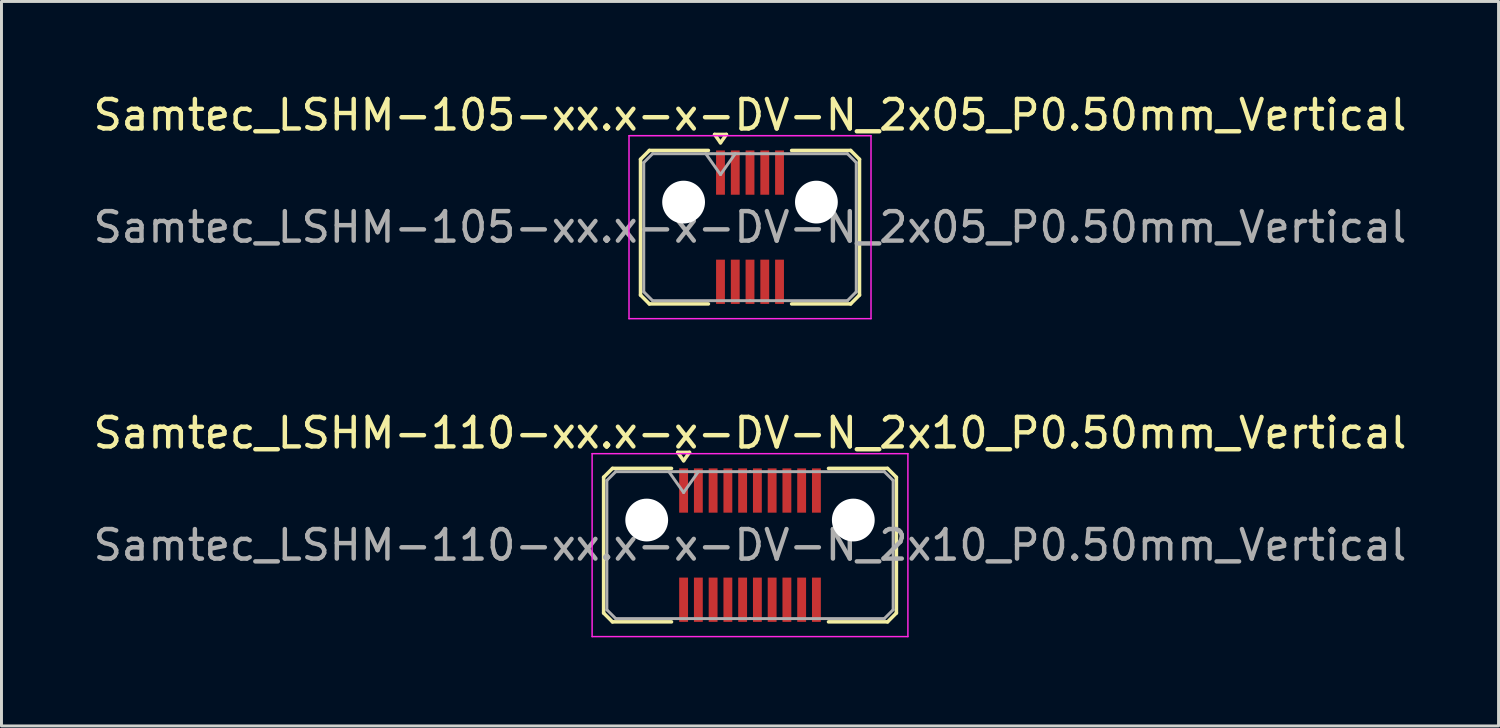
<source format=kicad_pcb>
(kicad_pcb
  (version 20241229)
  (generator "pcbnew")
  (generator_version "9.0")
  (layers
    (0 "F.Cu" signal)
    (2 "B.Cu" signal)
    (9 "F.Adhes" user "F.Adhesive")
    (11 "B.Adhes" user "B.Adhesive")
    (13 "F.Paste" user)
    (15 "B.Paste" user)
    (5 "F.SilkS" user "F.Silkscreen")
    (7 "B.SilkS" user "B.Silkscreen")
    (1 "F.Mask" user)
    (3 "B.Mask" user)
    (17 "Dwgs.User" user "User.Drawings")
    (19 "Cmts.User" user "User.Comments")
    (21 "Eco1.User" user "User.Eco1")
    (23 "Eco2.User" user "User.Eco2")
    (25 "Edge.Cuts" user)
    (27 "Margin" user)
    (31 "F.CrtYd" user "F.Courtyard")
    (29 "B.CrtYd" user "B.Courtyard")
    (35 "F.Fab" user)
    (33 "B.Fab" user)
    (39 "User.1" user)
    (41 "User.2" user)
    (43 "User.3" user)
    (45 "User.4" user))
  (footprint "Samtec_LSHM-105-xx.x-x-DV-N_2x05_P0.50mm_Vertical"
    (layer "F.Cu")
    (at 22.363 4.648)
    (property "Reference" "Samtec_LSHM-105-xx.x-x-DV-N_2x05_P0.50mm_Vertical" (at 0 -3.8 0) (layer "F.SilkS") (effects (font (size 1 1) (thickness 0.15))))
    (attr smd)
    (fp_line (start -3.71 -2.3) (end -3.71 2.3) (stroke (width 0.12) (type solid)) (layer "F.SilkS"))
    (fp_line (start -3.71 2.3) (end -3.41 2.6) (stroke (width 0.12) (type solid)) (layer "F.SilkS"))
    (fp_line (start -3.41 -2.6) (end -3.71 -2.3) (stroke (width 0.12) (type solid)) (layer "F.SilkS"))
    (fp_line (start -3.41 2.6) (end -1.41 2.6) (stroke (width 0.12) (type solid)) (layer "F.SilkS"))
    (fp_line (start -1.41 -2.6) (end -3.41 -2.6) (stroke (width 0.12) (type solid)) (layer "F.SilkS"))
    (fp_line (start -1.2 -3.143) (end -0.8 -3.143) (stroke (width 0.12) (type solid)) (layer "F.SilkS"))
    (fp_line (start -1 -2.86) (end -1.2 -3.143) (stroke (width 0.12) (type solid)) (layer "F.SilkS"))
    (fp_line (start -0.8 -3.143) (end -1 -2.86) (stroke (width 0.12) (type solid)) (layer "F.SilkS"))
    (fp_line (start 1.41 -2.6) (end 3.41 -2.6) (stroke (width 0.12) (type solid)) (layer "F.SilkS"))
    (fp_line (start 3.41 -2.6) (end 3.71 -2.3) (stroke (width 0.12) (type solid)) (layer "F.SilkS"))
    (fp_line (start 3.41 2.6) (end 1.41 2.6) (stroke (width 0.12) (type solid)) (layer "F.SilkS"))
    (fp_line (start 3.71 -2.3) (end 3.71 2.3) (stroke (width 0.12) (type solid)) (layer "F.SilkS"))
    (fp_line (start 3.71 2.3) (end 3.41 2.6) (stroke (width 0.12) (type solid)) (layer "F.SilkS"))
    (fp_line (start -4.1 -3.1) (end -4.1 3.1) (stroke (width 0.05) (type solid)) (layer "F.CrtYd"))
    (fp_line (start -4.1 3.1) (end 4.1 3.1) (stroke (width 0.05) (type solid)) (layer "F.CrtYd"))
    (fp_line (start 4.1 -3.1) (end -4.1 -3.1) (stroke (width 0.05) (type solid)) (layer "F.CrtYd"))
    (fp_line (start 4.1 3.1) (end 4.1 -3.1) (stroke (width 0.05) (type solid)) (layer "F.CrtYd"))
    (fp_line (start -3.6 -2.19) (end -3.6 2.19) (stroke (width 0.1) (type solid)) (layer "F.Fab"))
    (fp_line (start -3.6 2.19) (end -3.3 2.49) (stroke (width 0.1) (type solid)) (layer "F.Fab"))
    (fp_line (start -3.3 -2.49) (end -3.6 -2.19) (stroke (width 0.1) (type solid)) (layer "F.Fab"))
    (fp_line (start -3.3 2.49) (end 0 2.49) (stroke (width 0.1) (type solid)) (layer "F.Fab"))
    (fp_line (start -1.5 -2.49) (end -1 -1.783) (stroke (width 0.1) (type solid)) (layer "F.Fab"))
    (fp_line (start -1 -1.783) (end -0.5 -2.49) (stroke (width 0.1) (type solid)) (layer "F.Fab"))
    (fp_line (start 0 -2.49) (end -3.3 -2.49) (stroke (width 0.1) (type solid)) (layer "F.Fab"))
    (fp_line (start 0 -2.49) (end 3.3 -2.49) (stroke (width 0.1) (type solid)) (layer "F.Fab"))
    (fp_line (start 3.3 -2.49) (end 3.6 -2.19) (stroke (width 0.1) (type solid)) (layer "F.Fab"))
    (fp_line (start 3.3 2.49) (end 0 2.49) (stroke (width 0.1) (type solid)) (layer "F.Fab"))
    (fp_line (start 3.6 -2.19) (end 3.6 2.19) (stroke (width 0.1) (type solid)) (layer "F.Fab"))
    (fp_line (start 3.6 2.19) (end 3.3 2.49) (stroke (width 0.1) (type solid)) (layer "F.Fab"))
    (fp_text user "${REFERENCE}" (at 0 0 0) (layer "F.Fab") (effects (font (size 1 1) (thickness 0.15))))
    (pad "" np_thru_hole circle (at -2.25 -0.85) (size 1.45 1.45) (drill 1.45) (layers "*.Cu" "*.Mask"))
    (pad "" np_thru_hole circle (at 2.25 -0.85) (size 1.45 1.45) (drill 1.45) (layers "*.Cu" "*.Mask"))
    (pad "1" smd rect (at -1 -1.85) (size 0.3 1.5) (layers "F.Cu" "F.Mask" "F.Paste"))
    (pad "2" smd rect (at -1 1.85) (size 0.3 1.5) (layers "F.Cu" "F.Mask" "F.Paste"))
    (pad "3" smd rect (at -0.5 -1.85) (size 0.3 1.5) (layers "F.Cu" "F.Mask" "F.Paste"))
    (pad "4" smd rect (at -0.5 1.85) (size 0.3 1.5) (layers "F.Cu" "F.Mask" "F.Paste"))
    (pad "5" smd rect (at 0 -1.85) (size 0.3 1.5) (layers "F.Cu" "F.Mask" "F.Paste"))
    (pad "6" smd rect (at 0 1.85) (size 0.3 1.5) (layers "F.Cu" "F.Mask" "F.Paste"))
    (pad "7" smd rect (at 0.5 -1.85) (size 0.3 1.5) (layers "F.Cu" "F.Mask" "F.Paste"))
    (pad "8" smd rect (at 0.5 1.85) (size 0.3 1.5) (layers "F.Cu" "F.Mask" "F.Paste"))
    (pad "9" smd rect (at 1 -1.85) (size 0.3 1.5) (layers "F.Cu" "F.Mask" "F.Paste"))
    (pad "10" smd rect (at 1 1.85) (size 0.3 1.5) (layers "F.Cu" "F.Mask" "F.Paste")))
  (footprint "Samtec_LSHM-110-xx.x-x-DV-N_2x10_P0.50mm_Vertical"
    (layer "F.Cu")
    (at 22.363 15.421)
    (property "Reference" "Samtec_LSHM-110-xx.x-x-DV-N_2x10_P0.50mm_Vertical" (at 0 -3.8 0) (layer "F.SilkS") (effects (font (size 1 1) (thickness 0.15))))
    (attr smd)
    (fp_line (start -4.96 -2.3) (end -4.96 2.3) (stroke (width 0.12) (type solid)) (layer "F.SilkS"))
    (fp_line (start -4.96 2.3) (end -4.66 2.6) (stroke (width 0.12) (type solid)) (layer "F.SilkS"))
    (fp_line (start -4.66 -2.6) (end -4.96 -2.3) (stroke (width 0.12) (type solid)) (layer "F.SilkS"))
    (fp_line (start -4.66 2.6) (end -2.66 2.6) (stroke (width 0.12) (type solid)) (layer "F.SilkS"))
    (fp_line (start -2.66 -2.6) (end -4.66 -2.6) (stroke (width 0.12) (type solid)) (layer "F.SilkS"))
    (fp_line (start -2.45 -3.143) (end -2.05 -3.143) (stroke (width 0.12) (type solid)) (layer "F.SilkS"))
    (fp_line (start -2.25 -2.86) (end -2.45 -3.143) (stroke (width 0.12) (type solid)) (layer "F.SilkS"))
    (fp_line (start -2.05 -3.143) (end -2.25 -2.86) (stroke (width 0.12) (type solid)) (layer "F.SilkS"))
    (fp_line (start 2.66 -2.6) (end 4.66 -2.6) (stroke (width 0.12) (type solid)) (layer "F.SilkS"))
    (fp_line (start 4.66 -2.6) (end 4.96 -2.3) (stroke (width 0.12) (type solid)) (layer "F.SilkS"))
    (fp_line (start 4.66 2.6) (end 2.66 2.6) (stroke (width 0.12) (type solid)) (layer "F.SilkS"))
    (fp_line (start 4.96 -2.3) (end 4.96 2.3) (stroke (width 0.12) (type solid)) (layer "F.SilkS"))
    (fp_line (start 4.96 2.3) (end 4.66 2.6) (stroke (width 0.12) (type solid)) (layer "F.SilkS"))
    (fp_line (start -5.35 -3.1) (end -5.35 3.1) (stroke (width 0.05) (type solid)) (layer "F.CrtYd"))
    (fp_line (start -5.35 3.1) (end 5.35 3.1) (stroke (width 0.05) (type solid)) (layer "F.CrtYd"))
    (fp_line (start 5.35 -3.1) (end -5.35 -3.1) (stroke (width 0.05) (type solid)) (layer "F.CrtYd"))
    (fp_line (start 5.35 3.1) (end 5.35 -3.1) (stroke (width 0.05) (type solid)) (layer "F.CrtYd"))
    (fp_line (start -4.85 -2.19) (end -4.85 2.19) (stroke (width 0.1) (type solid)) (layer "F.Fab"))
    (fp_line (start -4.85 2.19) (end -4.55 2.49) (stroke (width 0.1) (type solid)) (layer "F.Fab"))
    (fp_line (start -4.55 -2.49) (end -4.85 -2.19) (stroke (width 0.1) (type solid)) (layer "F.Fab"))
    (fp_line (start -4.55 2.49) (end 0 2.49) (stroke (width 0.1) (type solid)) (layer "F.Fab"))
    (fp_line (start -2.75 -2.49) (end -2.25 -1.783) (stroke (width 0.1) (type solid)) (layer "F.Fab"))
    (fp_line (start -2.25 -1.783) (end -1.75 -2.49) (stroke (width 0.1) (type solid)) (layer "F.Fab"))
    (fp_line (start 0 -2.49) (end -4.55 -2.49) (stroke (width 0.1) (type solid)) (layer "F.Fab"))
    (fp_line (start 0 -2.49) (end 4.55 -2.49) (stroke (width 0.1) (type solid)) (layer "F.Fab"))
    (fp_line (start 4.55 -2.49) (end 4.85 -2.19) (stroke (width 0.1) (type solid)) (layer "F.Fab"))
    (fp_line (start 4.55 2.49) (end 0 2.49) (stroke (width 0.1) (type solid)) (layer "F.Fab"))
    (fp_line (start 4.85 -2.19) (end 4.85 2.19) (stroke (width 0.1) (type solid)) (layer "F.Fab"))
    (fp_line (start 4.85 2.19) (end 4.55 2.49) (stroke (width 0.1) (type solid)) (layer "F.Fab"))
    (fp_text user "${REFERENCE}" (at 0 0 0) (layer "F.Fab") (effects (font (size 1 1) (thickness 0.15))))
    (pad "" np_thru_hole circle (at -3.5 -0.85) (size 1.45 1.45) (drill 1.45) (layers "*.Cu" "*.Mask"))
    (pad "" np_thru_hole circle (at 3.5 -0.85) (size 1.45 1.45) (drill 1.45) (layers "*.Cu" "*.Mask"))
    (pad "1" smd rect (at -2.25 -1.85) (size 0.3 1.5) (layers "F.Cu" "F.Mask" "F.Paste"))
    (pad "2" smd rect (at -2.25 1.85) (size 0.3 1.5) (layers "F.Cu" "F.Mask" "F.Paste"))
    (pad "3" smd rect (at -1.75 -1.85) (size 0.3 1.5) (layers "F.Cu" "F.Mask" "F.Paste"))
    (pad "4" smd rect (at -1.75 1.85) (size 0.3 1.5) (layers "F.Cu" "F.Mask" "F.Paste"))
    (pad "5" smd rect (at -1.25 -1.85) (size 0.3 1.5) (layers "F.Cu" "F.Mask" "F.Paste"))
    (pad "6" smd rect (at -1.25 1.85) (size 0.3 1.5) (layers "F.Cu" "F.Mask" "F.Paste"))
    (pad "7" smd rect (at -0.75 -1.85) (size 0.3 1.5) (layers "F.Cu" "F.Mask" "F.Paste"))
    (pad "8" smd rect (at -0.75 1.85) (size 0.3 1.5) (layers "F.Cu" "F.Mask" "F.Paste"))
    (pad "9" smd rect (at -0.25 -1.85) (size 0.3 1.5) (layers "F.Cu" "F.Mask" "F.Paste"))
    (pad "10" smd rect (at -0.25 1.85) (size 0.3 1.5) (layers "F.Cu" "F.Mask" "F.Paste"))
    (pad "11" smd rect (at 0.25 -1.85) (size 0.3 1.5) (layers "F.Cu" "F.Mask" "F.Paste"))
    (pad "12" smd rect (at 0.25 1.85) (size 0.3 1.5) (layers "F.Cu" "F.Mask" "F.Paste"))
    (pad "13" smd rect (at 0.75 -1.85) (size 0.3 1.5) (layers "F.Cu" "F.Mask" "F.Paste"))
    (pad "14" smd rect (at 0.75 1.85) (size 0.3 1.5) (layers "F.Cu" "F.Mask" "F.Paste"))
    (pad "15" smd rect (at 1.25 -1.85) (size 0.3 1.5) (layers "F.Cu" "F.Mask" "F.Paste"))
    (pad "16" smd rect (at 1.25 1.85) (size 0.3 1.5) (layers "F.Cu" "F.Mask" "F.Paste"))
    (pad "17" smd rect (at 1.75 -1.85) (size 0.3 1.5) (layers "F.Cu" "F.Mask" "F.Paste"))
    (pad "18" smd rect (at 1.75 1.85) (size 0.3 1.5) (layers "F.Cu" "F.Mask" "F.Paste"))
    (pad "19" smd rect (at 2.25 -1.85) (size 0.3 1.5) (layers "F.Cu" "F.Mask" "F.Paste"))
    (pad "20" smd rect (at 2.25 1.85) (size 0.3 1.5) (layers "F.Cu" "F.Mask" "F.Paste")))
  (gr_rect
    (start -3 -3)
    (end 47.726 21.547)
    (stroke (width 0.1) (type default))
    (fill no)
    (layer "Edge.Cuts")))
</source>
